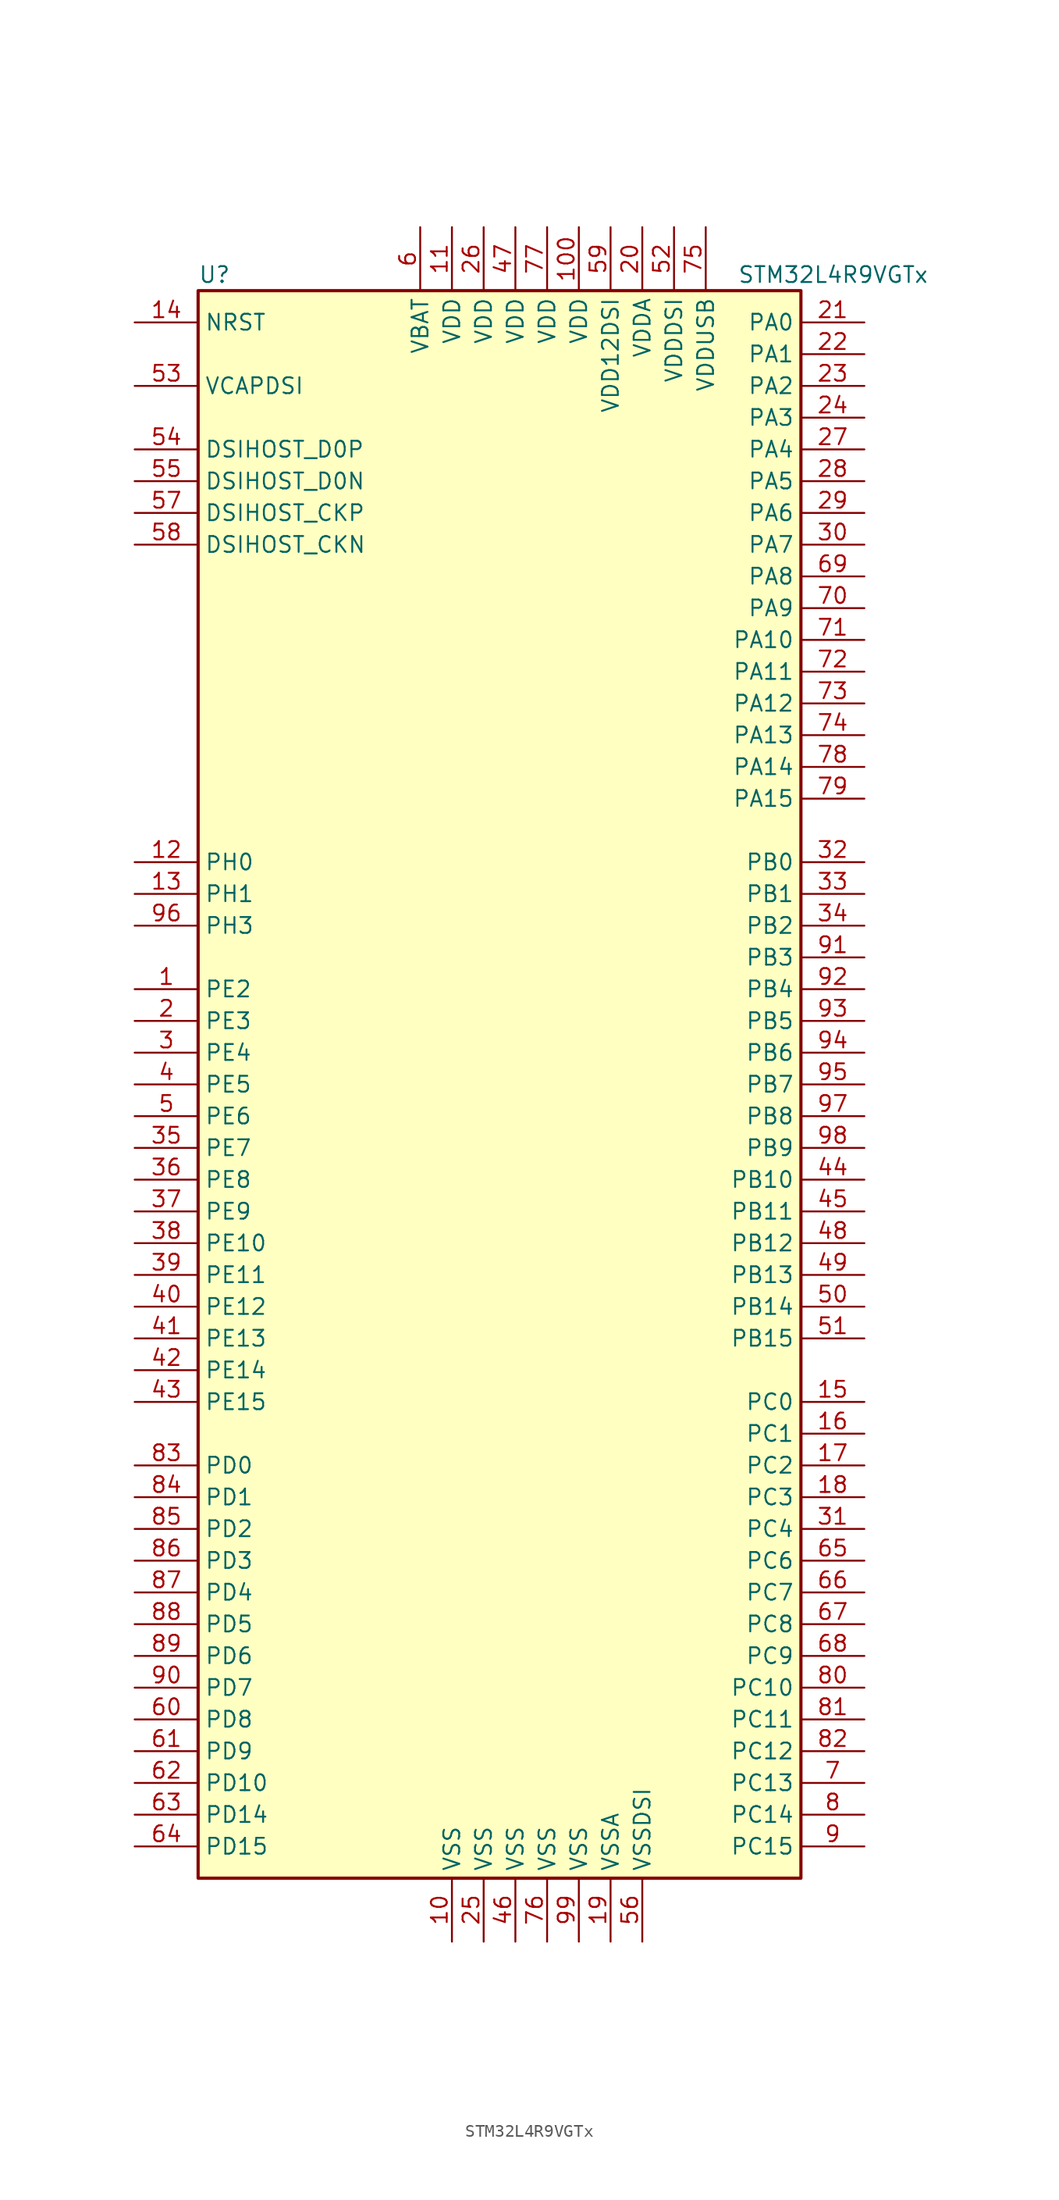
<source format=kicad_sym>
(kicad_symbol_lib
  (version 20201005)
  (generator kicad_symbol_editor)
  (symbol "MCU_ST_STM32L4+:STM32L4R9VGTx"
    (property "Reference" "U"
      (at -25.4 64.77 0)
      (effects (font (size 1.27 1.27)) (justify left)))
    (property "Value" "STM32L4R9VGTx"
      (at 17.78 64.77 0)
      (effects (font (size 1.27 1.27)) (justify left)))
    (symbol "STM32L4R9VGTx_0_1"
      (rectangle (start -25.4 -63.5) (end 22.86 63.5) (stroke (width 0.254)) (fill (type background))))
    (symbol "STM32L4R9VGTx_1_1"
      (pin bidirectional line (at -30.48 43.18 0) (length 5.08) (name "DSIHOST_CKN" (effects (font (size 1.27 1.27)))) (number "58" (effects (font (size 1.27 1.27)))))
      (pin bidirectional line (at -30.48 45.72 0) (length 5.08) (name "DSIHOST_CKP" (effects (font (size 1.27 1.27)))) (number "57" (effects (font (size 1.27 1.27)))))
      (pin bidirectional line (at -30.48 48.26 0) (length 5.08) (name "DSIHOST_D0N" (effects (font (size 1.27 1.27)))) (number "55" (effects (font (size 1.27 1.27)))))
      (pin bidirectional line (at -30.48 50.8 0) (length 5.08) (name "DSIHOST_D0P" (effects (font (size 1.27 1.27)))) (number "54" (effects (font (size 1.27 1.27)))))
      (pin input line (at -30.48 60.96 0) (length 5.08) (name "NRST" (effects (font (size 1.27 1.27)))) (number "14" (effects (font (size 1.27 1.27)))))
      (pin bidirectional line (at 27.94 60.96 180) (length 5.08) (name "PA0" (effects (font (size 1.27 1.27)))) (number "21" (effects (font (size 1.27 1.27)))))
      (pin bidirectional line (at 27.94 58.42 180) (length 5.08) (name "PA1" (effects (font (size 1.27 1.27)))) (number "22" (effects (font (size 1.27 1.27)))))
      (pin bidirectional line (at 27.94 35.56 180) (length 5.08) (name "PA10" (effects (font (size 1.27 1.27)))) (number "71" (effects (font (size 1.27 1.27)))))
      (pin bidirectional line (at 27.94 33.02 180) (length 5.08) (name "PA11" (effects (font (size 1.27 1.27)))) (number "72" (effects (font (size 1.27 1.27)))))
      (pin bidirectional line (at 27.94 30.48 180) (length 5.08) (name "PA12" (effects (font (size 1.27 1.27)))) (number "73" (effects (font (size 1.27 1.27)))))
      (pin bidirectional line (at 27.94 27.94 180) (length 5.08) (name "PA13" (effects (font (size 1.27 1.27)))) (number "74" (effects (font (size 1.27 1.27)))))
      (pin bidirectional line (at 27.94 25.4 180) (length 5.08) (name "PA14" (effects (font (size 1.27 1.27)))) (number "78" (effects (font (size 1.27 1.27)))))
      (pin bidirectional line (at 27.94 22.86 180) (length 5.08) (name "PA15" (effects (font (size 1.27 1.27)))) (number "79" (effects (font (size 1.27 1.27)))))
      (pin bidirectional line (at 27.94 55.88 180) (length 5.08) (name "PA2" (effects (font (size 1.27 1.27)))) (number "23" (effects (font (size 1.27 1.27)))))
      (pin bidirectional line (at 27.94 53.34 180) (length 5.08) (name "PA3" (effects (font (size 1.27 1.27)))) (number "24" (effects (font (size 1.27 1.27)))))
      (pin bidirectional line (at 27.94 50.8 180) (length 5.08) (name "PA4" (effects (font (size 1.27 1.27)))) (number "27" (effects (font (size 1.27 1.27)))))
      (pin bidirectional line (at 27.94 48.26 180) (length 5.08) (name "PA5" (effects (font (size 1.27 1.27)))) (number "28" (effects (font (size 1.27 1.27)))))
      (pin bidirectional line (at 27.94 45.72 180) (length 5.08) (name "PA6" (effects (font (size 1.27 1.27)))) (number "29" (effects (font (size 1.27 1.27)))))
      (pin bidirectional line (at 27.94 43.18 180) (length 5.08) (name "PA7" (effects (font (size 1.27 1.27)))) (number "30" (effects (font (size 1.27 1.27)))))
      (pin bidirectional line (at 27.94 40.64 180) (length 5.08) (name "PA8" (effects (font (size 1.27 1.27)))) (number "69" (effects (font (size 1.27 1.27)))))
      (pin bidirectional line (at 27.94 38.1 180) (length 5.08) (name "PA9" (effects (font (size 1.27 1.27)))) (number "70" (effects (font (size 1.27 1.27)))))
      (pin bidirectional line (at 27.94 17.78 180) (length 5.08) (name "PB0" (effects (font (size 1.27 1.27)))) (number "32" (effects (font (size 1.27 1.27)))))
      (pin bidirectional line (at 27.94 15.24 180) (length 5.08) (name "PB1" (effects (font (size 1.27 1.27)))) (number "33" (effects (font (size 1.27 1.27)))))
      (pin bidirectional line (at 27.94 -7.62 180) (length 5.08) (name "PB10" (effects (font (size 1.27 1.27)))) (number "44" (effects (font (size 1.27 1.27)))))
      (pin bidirectional line (at 27.94 -10.16 180) (length 5.08) (name "PB11" (effects (font (size 1.27 1.27)))) (number "45" (effects (font (size 1.27 1.27)))))
      (pin bidirectional line (at 27.94 -12.7 180) (length 5.08) (name "PB12" (effects (font (size 1.27 1.27)))) (number "48" (effects (font (size 1.27 1.27)))))
      (pin bidirectional line (at 27.94 -15.24 180) (length 5.08) (name "PB13" (effects (font (size 1.27 1.27)))) (number "49" (effects (font (size 1.27 1.27)))))
      (pin bidirectional line (at 27.94 -17.78 180) (length 5.08) (name "PB14" (effects (font (size 1.27 1.27)))) (number "50" (effects (font (size 1.27 1.27)))))
      (pin bidirectional line (at 27.94 -20.32 180) (length 5.08) (name "PB15" (effects (font (size 1.27 1.27)))) (number "51" (effects (font (size 1.27 1.27)))))
      (pin bidirectional line (at 27.94 12.7 180) (length 5.08) (name "PB2" (effects (font (size 1.27 1.27)))) (number "34" (effects (font (size 1.27 1.27)))))
      (pin bidirectional line (at 27.94 10.16 180) (length 5.08) (name "PB3" (effects (font (size 1.27 1.27)))) (number "91" (effects (font (size 1.27 1.27)))))
      (pin bidirectional line (at 27.94 7.62 180) (length 5.08) (name "PB4" (effects (font (size 1.27 1.27)))) (number "92" (effects (font (size 1.27 1.27)))))
      (pin bidirectional line (at 27.94 5.08 180) (length 5.08) (name "PB5" (effects (font (size 1.27 1.27)))) (number "93" (effects (font (size 1.27 1.27)))))
      (pin bidirectional line (at 27.94 2.54 180) (length 5.08) (name "PB6" (effects (font (size 1.27 1.27)))) (number "94" (effects (font (size 1.27 1.27)))))
      (pin bidirectional line (at 27.94 0 180) (length 5.08) (name "PB7" (effects (font (size 1.27 1.27)))) (number "95" (effects (font (size 1.27 1.27)))))
      (pin bidirectional line (at 27.94 -2.54 180) (length 5.08) (name "PB8" (effects (font (size 1.27 1.27)))) (number "97" (effects (font (size 1.27 1.27)))))
      (pin bidirectional line (at 27.94 -5.08 180) (length 5.08) (name "PB9" (effects (font (size 1.27 1.27)))) (number "98" (effects (font (size 1.27 1.27)))))
      (pin bidirectional line (at 27.94 -25.4 180) (length 5.08) (name "PC0" (effects (font (size 1.27 1.27)))) (number "15" (effects (font (size 1.27 1.27)))))
      (pin bidirectional line (at 27.94 -27.94 180) (length 5.08) (name "PC1" (effects (font (size 1.27 1.27)))) (number "16" (effects (font (size 1.27 1.27)))))
      (pin bidirectional line (at 27.94 -48.26 180) (length 5.08) (name "PC10" (effects (font (size 1.27 1.27)))) (number "80" (effects (font (size 1.27 1.27)))))
      (pin bidirectional line (at 27.94 -50.8 180) (length 5.08) (name "PC11" (effects (font (size 1.27 1.27)))) (number "81" (effects (font (size 1.27 1.27)))))
      (pin bidirectional line (at 27.94 -53.34 180) (length 5.08) (name "PC12" (effects (font (size 1.27 1.27)))) (number "82" (effects (font (size 1.27 1.27)))))
      (pin bidirectional line (at 27.94 -55.88 180) (length 5.08) (name "PC13" (effects (font (size 1.27 1.27)))) (number "7" (effects (font (size 1.27 1.27)))))
      (pin bidirectional line (at 27.94 -58.42 180) (length 5.08) (name "PC14" (effects (font (size 1.27 1.27)))) (number "8" (effects (font (size 1.27 1.27)))))
      (pin bidirectional line (at 27.94 -60.96 180) (length 5.08) (name "PC15" (effects (font (size 1.27 1.27)))) (number "9" (effects (font (size 1.27 1.27)))))
      (pin bidirectional line (at 27.94 -30.48 180) (length 5.08) (name "PC2" (effects (font (size 1.27 1.27)))) (number "17" (effects (font (size 1.27 1.27)))))
      (pin bidirectional line (at 27.94 -33.02 180) (length 5.08) (name "PC3" (effects (font (size 1.27 1.27)))) (number "18" (effects (font (size 1.27 1.27)))))
      (pin bidirectional line (at 27.94 -35.56 180) (length 5.08) (name "PC4" (effects (font (size 1.27 1.27)))) (number "31" (effects (font (size 1.27 1.27)))))
      (pin bidirectional line (at 27.94 -38.1 180) (length 5.08) (name "PC6" (effects (font (size 1.27 1.27)))) (number "65" (effects (font (size 1.27 1.27)))))
      (pin bidirectional line (at 27.94 -40.64 180) (length 5.08) (name "PC7" (effects (font (size 1.27 1.27)))) (number "66" (effects (font (size 1.27 1.27)))))
      (pin bidirectional line (at 27.94 -43.18 180) (length 5.08) (name "PC8" (effects (font (size 1.27 1.27)))) (number "67" (effects (font (size 1.27 1.27)))))
      (pin bidirectional line (at 27.94 -45.72 180) (length 5.08) (name "PC9" (effects (font (size 1.27 1.27)))) (number "68" (effects (font (size 1.27 1.27)))))
      (pin bidirectional line (at -30.48 -30.48 0) (length 5.08) (name "PD0" (effects (font (size 1.27 1.27)))) (number "83" (effects (font (size 1.27 1.27)))))
      (pin bidirectional line (at -30.48 -33.02 0) (length 5.08) (name "PD1" (effects (font (size 1.27 1.27)))) (number "84" (effects (font (size 1.27 1.27)))))
      (pin bidirectional line (at -30.48 -55.88 0) (length 5.08) (name "PD10" (effects (font (size 1.27 1.27)))) (number "62" (effects (font (size 1.27 1.27)))))
      (pin bidirectional line (at -30.48 -58.42 0) (length 5.08) (name "PD14" (effects (font (size 1.27 1.27)))) (number "63" (effects (font (size 1.27 1.27)))))
      (pin bidirectional line (at -30.48 -60.96 0) (length 5.08) (name "PD15" (effects (font (size 1.27 1.27)))) (number "64" (effects (font (size 1.27 1.27)))))
      (pin bidirectional line (at -30.48 -35.56 0) (length 5.08) (name "PD2" (effects (font (size 1.27 1.27)))) (number "85" (effects (font (size 1.27 1.27)))))
      (pin bidirectional line (at -30.48 -38.1 0) (length 5.08) (name "PD3" (effects (font (size 1.27 1.27)))) (number "86" (effects (font (size 1.27 1.27)))))
      (pin bidirectional line (at -30.48 -40.64 0) (length 5.08) (name "PD4" (effects (font (size 1.27 1.27)))) (number "87" (effects (font (size 1.27 1.27)))))
      (pin bidirectional line (at -30.48 -43.18 0) (length 5.08) (name "PD5" (effects (font (size 1.27 1.27)))) (number "88" (effects (font (size 1.27 1.27)))))
      (pin bidirectional line (at -30.48 -45.72 0) (length 5.08) (name "PD6" (effects (font (size 1.27 1.27)))) (number "89" (effects (font (size 1.27 1.27)))))
      (pin bidirectional line (at -30.48 -48.26 0) (length 5.08) (name "PD7" (effects (font (size 1.27 1.27)))) (number "90" (effects (font (size 1.27 1.27)))))
      (pin bidirectional line (at -30.48 -50.8 0) (length 5.08) (name "PD8" (effects (font (size 1.27 1.27)))) (number "60" (effects (font (size 1.27 1.27)))))
      (pin bidirectional line (at -30.48 -53.34 0) (length 5.08) (name "PD9" (effects (font (size 1.27 1.27)))) (number "61" (effects (font (size 1.27 1.27)))))
      (pin bidirectional line (at -30.48 -12.7 0) (length 5.08) (name "PE10" (effects (font (size 1.27 1.27)))) (number "38" (effects (font (size 1.27 1.27)))))
      (pin bidirectional line (at -30.48 -15.24 0) (length 5.08) (name "PE11" (effects (font (size 1.27 1.27)))) (number "39" (effects (font (size 1.27 1.27)))))
      (pin bidirectional line (at -30.48 -17.78 0) (length 5.08) (name "PE12" (effects (font (size 1.27 1.27)))) (number "40" (effects (font (size 1.27 1.27)))))
      (pin bidirectional line (at -30.48 -20.32 0) (length 5.08) (name "PE13" (effects (font (size 1.27 1.27)))) (number "41" (effects (font (size 1.27 1.27)))))
      (pin bidirectional line (at -30.48 -22.86 0) (length 5.08) (name "PE14" (effects (font (size 1.27 1.27)))) (number "42" (effects (font (size 1.27 1.27)))))
      (pin bidirectional line (at -30.48 -25.4 0) (length 5.08) (name "PE15" (effects (font (size 1.27 1.27)))) (number "43" (effects (font (size 1.27 1.27)))))
      (pin bidirectional line (at -30.48 7.62 0) (length 5.08) (name "PE2" (effects (font (size 1.27 1.27)))) (number "1" (effects (font (size 1.27 1.27)))))
      (pin bidirectional line (at -30.48 5.08 0) (length 5.08) (name "PE3" (effects (font (size 1.27 1.27)))) (number "2" (effects (font (size 1.27 1.27)))))
      (pin bidirectional line (at -30.48 2.54 0) (length 5.08) (name "PE4" (effects (font (size 1.27 1.27)))) (number "3" (effects (font (size 1.27 1.27)))))
      (pin bidirectional line (at -30.48 0 0) (length 5.08) (name "PE5" (effects (font (size 1.27 1.27)))) (number "4" (effects (font (size 1.27 1.27)))))
      (pin bidirectional line (at -30.48 -2.54 0) (length 5.08) (name "PE6" (effects (font (size 1.27 1.27)))) (number "5" (effects (font (size 1.27 1.27)))))
      (pin bidirectional line (at -30.48 -5.08 0) (length 5.08) (name "PE7" (effects (font (size 1.27 1.27)))) (number "35" (effects (font (size 1.27 1.27)))))
      (pin bidirectional line (at -30.48 -7.62 0) (length 5.08) (name "PE8" (effects (font (size 1.27 1.27)))) (number "36" (effects (font (size 1.27 1.27)))))
      (pin bidirectional line (at -30.48 -10.16 0) (length 5.08) (name "PE9" (effects (font (size 1.27 1.27)))) (number "37" (effects (font (size 1.27 1.27)))))
      (pin input line (at -30.48 17.78 0) (length 5.08) (name "PH0" (effects (font (size 1.27 1.27)))) (number "12" (effects (font (size 1.27 1.27)))))
      (pin input line (at -30.48 15.24 0) (length 5.08) (name "PH1" (effects (font (size 1.27 1.27)))) (number "13" (effects (font (size 1.27 1.27)))))
      (pin bidirectional line (at -30.48 12.7 0) (length 5.08) (name "PH3" (effects (font (size 1.27 1.27)))) (number "96" (effects (font (size 1.27 1.27)))))
      (pin power_in line (at -7.62 68.58 270) (length 5.08) (name "VBAT" (effects (font (size 1.27 1.27)))) (number "6" (effects (font (size 1.27 1.27)))))
      (pin power_in line (at -30.48 55.88 0) (length 5.08) (name "VCAPDSI" (effects (font (size 1.27 1.27)))) (number "53" (effects (font (size 1.27 1.27)))))
      (pin power_in line (at 5.08 68.58 270) (length 5.08) (name "VDD" (effects (font (size 1.27 1.27)))) (number "100" (effects (font (size 1.27 1.27)))))
      (pin power_in line (at -5.08 68.58 270) (length 5.08) (name "VDD" (effects (font (size 1.27 1.27)))) (number "11" (effects (font (size 1.27 1.27)))))
      (pin power_in line (at -2.54 68.58 270) (length 5.08) (name "VDD" (effects (font (size 1.27 1.27)))) (number "26" (effects (font (size 1.27 1.27)))))
      (pin power_in line (at 0 68.58 270) (length 5.08) (name "VDD" (effects (font (size 1.27 1.27)))) (number "47" (effects (font (size 1.27 1.27)))))
      (pin power_in line (at 2.54 68.58 270) (length 5.08) (name "VDD" (effects (font (size 1.27 1.27)))) (number "77" (effects (font (size 1.27 1.27)))))
      (pin power_in line (at 7.62 68.58 270) (length 5.08) (name "VDD12DSI" (effects (font (size 1.27 1.27)))) (number "59" (effects (font (size 1.27 1.27)))))
      (pin power_in line (at 10.16 68.58 270) (length 5.08) (name "VDDA" (effects (font (size 1.27 1.27)))) (number "20" (effects (font (size 1.27 1.27)))))
      (pin power_in line (at 12.7 68.58 270) (length 5.08) (name "VDDDSI" (effects (font (size 1.27 1.27)))) (number "52" (effects (font (size 1.27 1.27)))))
      (pin power_in line (at 15.24 68.58 270) (length 5.08) (name "VDDUSB" (effects (font (size 1.27 1.27)))) (number "75" (effects (font (size 1.27 1.27)))))
      (pin power_in line (at -5.08 -68.58 90) (length 5.08) (name "VSS" (effects (font (size 1.27 1.27)))) (number "10" (effects (font (size 1.27 1.27)))))
      (pin power_in line (at -2.54 -68.58 90) (length 5.08) (name "VSS" (effects (font (size 1.27 1.27)))) (number "25" (effects (font (size 1.27 1.27)))))
      (pin power_in line (at 0 -68.58 90) (length 5.08) (name "VSS" (effects (font (size 1.27 1.27)))) (number "46" (effects (font (size 1.27 1.27)))))
      (pin power_in line (at 2.54 -68.58 90) (length 5.08) (name "VSS" (effects (font (size 1.27 1.27)))) (number "76" (effects (font (size 1.27 1.27)))))
      (pin power_in line (at 5.08 -68.58 90) (length 5.08) (name "VSS" (effects (font (size 1.27 1.27)))) (number "99" (effects (font (size 1.27 1.27)))))
      (pin power_in line (at 7.62 -68.58 90) (length 5.08) (name "VSSA" (effects (font (size 1.27 1.27)))) (number "19" (effects (font (size 1.27 1.27)))))
      (pin power_in line (at 10.16 -68.58 90) (length 5.08) (name "VSSDSI" (effects (font (size 1.27 1.27)))) (number "56" (effects (font (size 1.27 1.27))))))))
</source>
